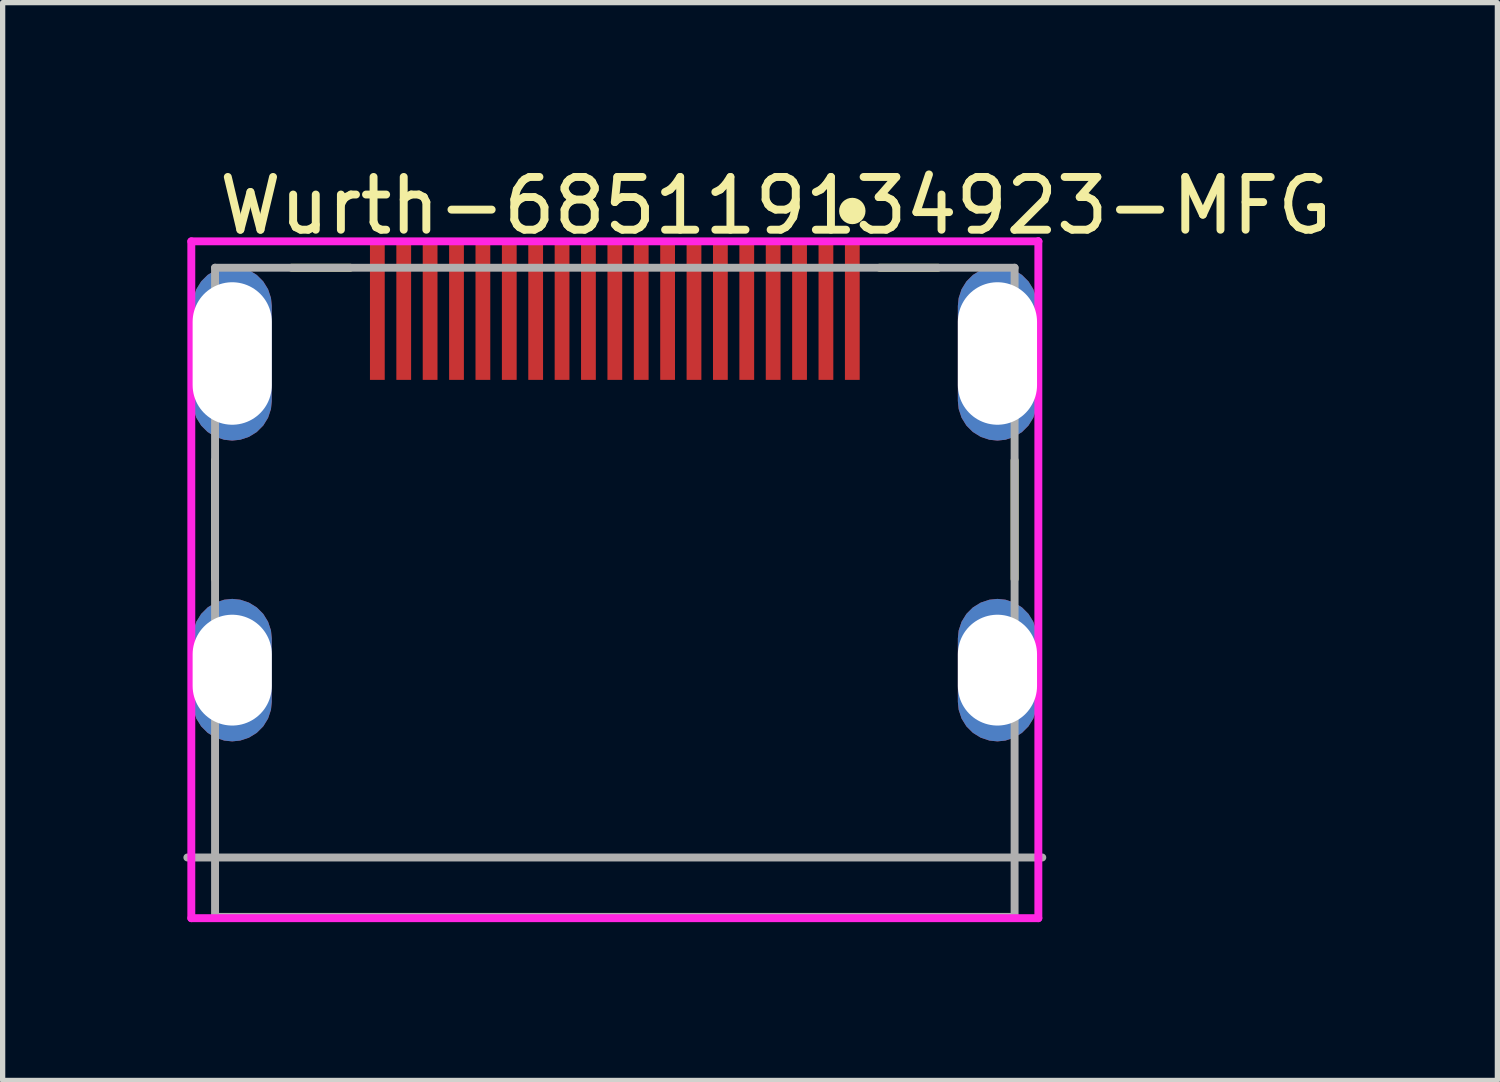
<source format=kicad_pcb>
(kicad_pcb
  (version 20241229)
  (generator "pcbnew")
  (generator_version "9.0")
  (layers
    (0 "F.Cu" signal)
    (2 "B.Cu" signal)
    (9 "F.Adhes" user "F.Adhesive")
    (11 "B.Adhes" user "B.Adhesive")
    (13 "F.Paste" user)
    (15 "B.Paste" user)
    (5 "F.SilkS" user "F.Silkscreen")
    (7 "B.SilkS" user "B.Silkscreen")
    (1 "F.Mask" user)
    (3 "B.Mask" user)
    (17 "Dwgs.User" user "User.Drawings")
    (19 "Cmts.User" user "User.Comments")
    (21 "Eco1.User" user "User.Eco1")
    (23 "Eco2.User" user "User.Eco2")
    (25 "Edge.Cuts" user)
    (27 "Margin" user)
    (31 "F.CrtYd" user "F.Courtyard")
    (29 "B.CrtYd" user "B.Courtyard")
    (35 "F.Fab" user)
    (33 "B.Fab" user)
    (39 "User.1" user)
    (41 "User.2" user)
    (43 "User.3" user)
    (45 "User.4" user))
  (footprint "Wurth-685119134923-MFG"
    (layer "F.Cu")
    (at 8.6 8.173)
    (property "Reference" "Wurth-685119134923-MFG" (at -7.575 -7.325 0) (layer "F.SilkS") (effects (font (size 1 1) (thickness 0.15)) (justify left)))
    (attr through_hole)
    (fp_line (start -7.575 -0.25) (end -7.575 -2.5) (stroke (width 0.15) (type solid)) (layer "F.SilkS"))
    (fp_line (start -6.125 -6.15) (end -5.015 -6.15) (stroke (width 0.15) (type solid)) (layer "F.SilkS"))
    (fp_line (start 5.015 -6.15) (end 6.125 -6.15) (stroke (width 0.15) (type solid)) (layer "F.SilkS"))
    (fp_line (start 7.575 -0.25) (end 7.575 -2.5) (stroke (width 0.15) (type solid)) (layer "F.SilkS"))
    (fp_circle (center 4.5 -7.225) (end 4.625 -7.225) (stroke (width 0.25) (type solid)) (fill no) (layer "F.SilkS"))
    (fp_line (start -8.025 -6.65) (end -8.025 6.175) (stroke (width 0.15) (type solid)) (layer "F.CrtYd"))
    (fp_line (start -8.025 6.175) (end 8.025 6.175) (stroke (width 0.15) (type solid)) (layer "F.CrtYd"))
    (fp_line (start 8.025 -6.65) (end -8.025 -6.65) (stroke (width 0.15) (type solid)) (layer "F.CrtYd"))
    (fp_line (start 8.025 -6.65) (end 8.025 -6.65) (stroke (width 0.15) (type solid)) (layer "F.CrtYd"))
    (fp_line (start 8.025 6.175) (end 8.025 -6.65) (stroke (width 0.15) (type solid)) (layer "F.CrtYd"))
    (fp_line (start -8.1 5.025) (end 8.1 5.025) (stroke (width 0.15) (type solid)) (layer "F.Fab"))
    (fp_line (start -7.575 -6.15) (end 7.575 -6.15) (stroke (width 0.15) (type solid)) (layer "F.Fab"))
    (fp_line (start -7.575 6.15) (end -7.575 -6.15) (stroke (width 0.15) (type solid)) (layer "F.Fab"))
    (fp_line (start 7.575 -6.15) (end 7.575 6.15) (stroke (width 0.15) (type solid)) (layer "F.Fab"))
    (fp_line (start 7.575 6.15) (end -7.575 6.15) (stroke (width 0.15) (type solid)) (layer "F.Fab"))
    (pad "1" smd rect (at 4.5 -5.325) (size 0.28 2.6) (layers "F.Cu" "F.Mask" "F.Paste"))
    (pad "2" smd rect (at 4 -5.325) (size 0.28 2.6) (layers "F.Cu" "F.Mask" "F.Paste"))
    (pad "3" smd rect (at 3.5 -5.325) (size 0.28 2.6) (layers "F.Cu" "F.Mask" "F.Paste"))
    (pad "4" smd rect (at 3 -5.325) (size 0.28 2.6) (layers "F.Cu" "F.Mask" "F.Paste"))
    (pad "5" smd rect (at 2.5 -5.325) (size 0.28 2.6) (layers "F.Cu" "F.Mask" "F.Paste"))
    (pad "6" smd rect (at 2 -5.325) (size 0.28 2.6) (layers "F.Cu" "F.Mask" "F.Paste"))
    (pad "7" smd rect (at 1.5 -5.325) (size 0.28 2.6) (layers "F.Cu" "F.Mask" "F.Paste"))
    (pad "8" smd rect (at 1 -5.325) (size 0.28 2.6) (layers "F.Cu" "F.Mask" "F.Paste"))
    (pad "9" smd rect (at 0.5 -5.325) (size 0.28 2.6) (layers "F.Cu" "F.Mask" "F.Paste"))
    (pad "10" smd rect (at 0 -5.325) (size 0.28 2.6) (layers "F.Cu" "F.Mask" "F.Paste"))
    (pad "11" smd rect (at -0.5 -5.325) (size 0.28 2.6) (layers "F.Cu" "F.Mask" "F.Paste"))
    (pad "12" smd rect (at -1 -5.325) (size 0.28 2.6) (layers "F.Cu" "F.Mask" "F.Paste"))
    (pad "13" smd rect (at -1.5 -5.325) (size 0.28 2.6) (layers "F.Cu" "F.Mask" "F.Paste"))
    (pad "14" smd rect (at -2 -5.325) (size 0.28 2.6) (layers "F.Cu" "F.Mask" "F.Paste"))
    (pad "15" smd rect (at -2.5 -5.325) (size 0.28 2.6) (layers "F.Cu" "F.Mask" "F.Paste"))
    (pad "16" smd rect (at -3 -5.325) (size 0.28 2.6) (layers "F.Cu" "F.Mask" "F.Paste"))
    (pad "17" smd rect (at -3.5 -5.325) (size 0.28 2.6) (layers "F.Cu" "F.Mask" "F.Paste"))
    (pad "18" smd rect (at -4 -5.325) (size 0.28 2.6) (layers "F.Cu" "F.Mask" "F.Paste"))
    (pad "19" smd rect (at -4.5 -5.325) (size 0.28 2.6) (layers "F.Cu" "F.Mask" "F.Paste"))
    (pad "20" thru_hole roundrect (at -7.25 -4.525) (size 1.5 3.3) (drill oval 2.7) (layers "*.Cu") (roundrect_rratio 0.5))
    (pad "21" thru_hole roundrect (at 7.25 -4.525) (size 1.5 3.3) (drill oval 2.7) (layers "*.Cu") (roundrect_rratio 0.5))
    (pad "22" thru_hole roundrect (at -7.25 1.475) (size 1.5 2.7) (drill oval 2.1) (layers "*.Cu") (roundrect_rratio 0.5))
    (pad "23" thru_hole roundrect (at 7.25 1.475) (size 1.5 2.7) (drill oval 2.1) (layers "*.Cu") (roundrect_rratio 0.5)))
  (gr_rect
    (start -3 -3)
    (end 25.323 17.423)
    (stroke (width 0.1) (type default))
    (fill no)
    (layer "Edge.Cuts")))
</source>
